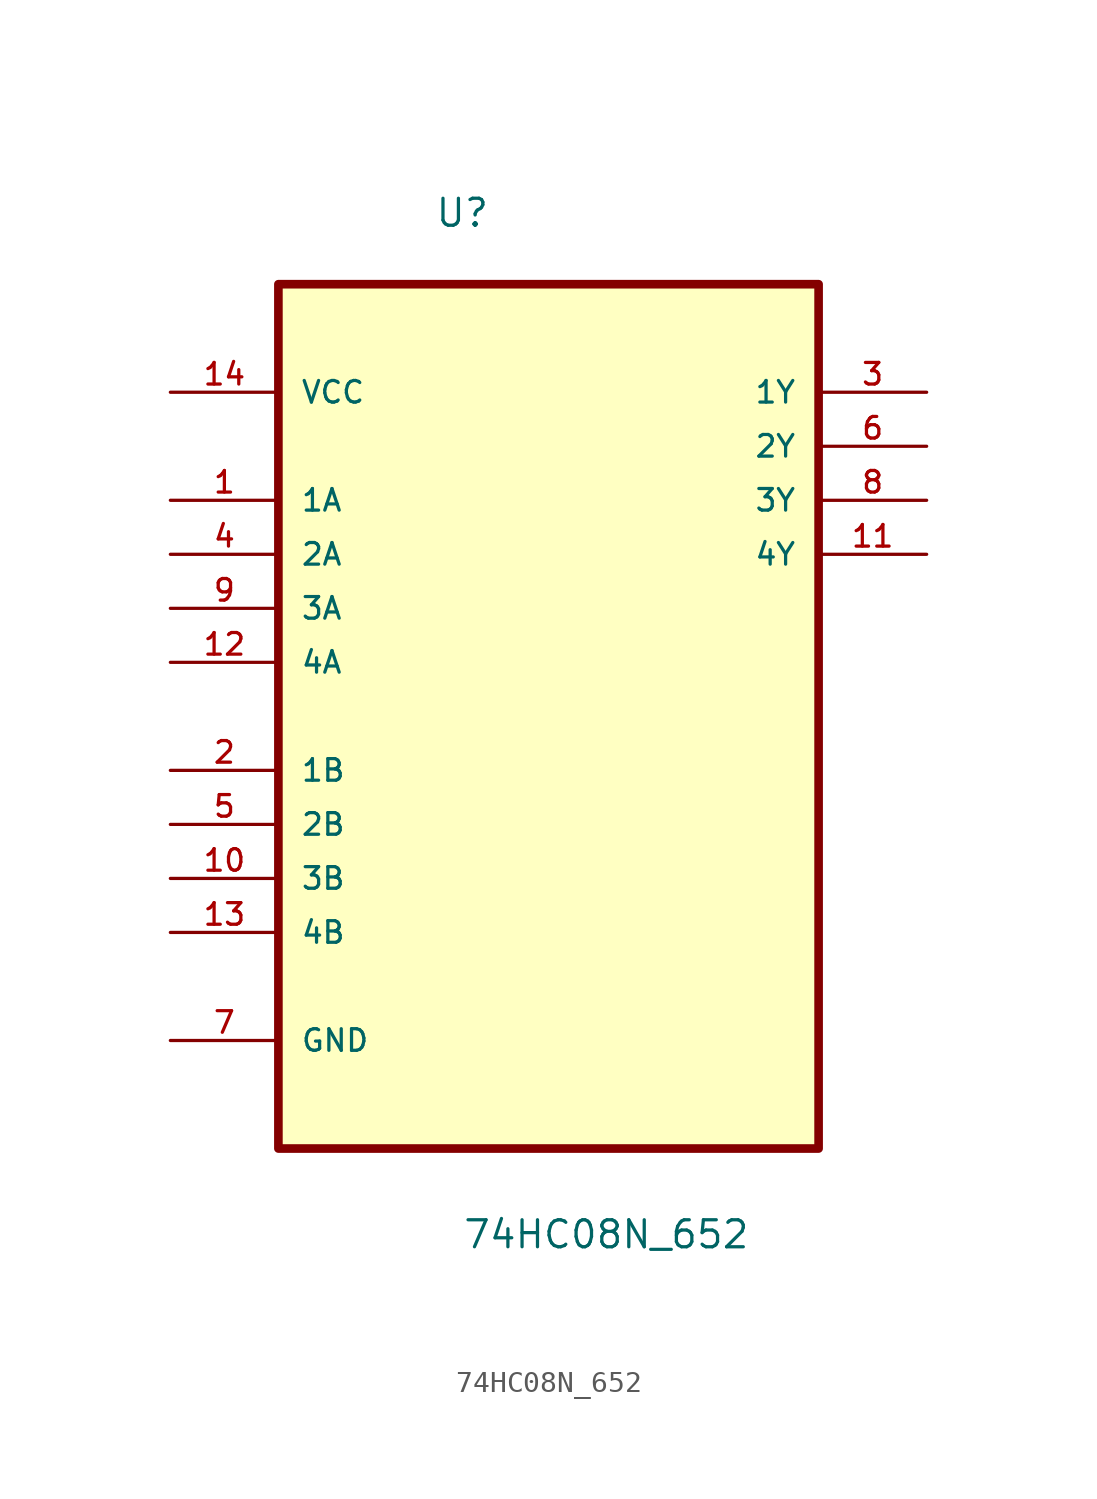
<source format=kicad_sym>
(kicad_symbol_lib
  (version 20211014)
  (generator kicad_symbol_editor)
  (symbol "74HC08N_652"
    (pin_names
      (offset 1.016))
    (property "Reference" "U"
      (at -5.364 20.388 0.0)
      (effects (font (size 1.27 1.27)) (justify bottom left)))
    (property "Value" "74HC08N_652"
      (at -4.065 -27.642 0.0)
      (effects (font (size 1.27 1.27)) (justify bottom left)))
    (symbol "74HC08N_652_0_0"
      (rectangle (start -12.7 -22.86) (end 12.7 17.78) (stroke (width 0.406)) (fill (type background)))
      (pin power_in line (at -17.78 12.7 0) (length 5.08) (name "VCC" (effects (font (size 1.016 1.016)))) (number "14" (effects (font (size 1.016 1.016)))))
      (pin input line (at -17.78 7.62 0) (length 5.08) (name "1A" (effects (font (size 1.016 1.016)))) (number "1" (effects (font (size 1.016 1.016)))))
      (pin input line (at -17.78 5.08 0) (length 5.08) (name "2A" (effects (font (size 1.016 1.016)))) (number "4" (effects (font (size 1.016 1.016)))))
      (pin input line (at -17.78 2.54 0) (length 5.08) (name "3A" (effects (font (size 1.016 1.016)))) (number "9" (effects (font (size 1.016 1.016)))))
      (pin input line (at -17.78 0.0 0) (length 5.08) (name "4A" (effects (font (size 1.016 1.016)))) (number "12" (effects (font (size 1.016 1.016)))))
      (pin input line (at -17.78 -5.08 0) (length 5.08) (name "1B" (effects (font (size 1.016 1.016)))) (number "2" (effects (font (size 1.016 1.016)))))
      (pin input line (at -17.78 -7.62 0) (length 5.08) (name "2B" (effects (font (size 1.016 1.016)))) (number "5" (effects (font (size 1.016 1.016)))))
      (pin input line (at -17.78 -10.16 0) (length 5.08) (name "3B" (effects (font (size 1.016 1.016)))) (number "10" (effects (font (size 1.016 1.016)))))
      (pin input line (at -17.78 -12.7 0) (length 5.08) (name "4B" (effects (font (size 1.016 1.016)))) (number "13" (effects (font (size 1.016 1.016)))))
      (pin passive line (at -17.78 -17.78 0) (length 5.08) (name "GND" (effects (font (size 1.016 1.016)))) (number "7" (effects (font (size 1.016 1.016)))))
      (pin output line (at 17.78 12.7 180.0) (length 5.08) (name "1Y" (effects (font (size 1.016 1.016)))) (number "3" (effects (font (size 1.016 1.016)))))
      (pin output line (at 17.78 10.16 180.0) (length 5.08) (name "2Y" (effects (font (size 1.016 1.016)))) (number "6" (effects (font (size 1.016 1.016)))))
      (pin output line (at 17.78 7.62 180.0) (length 5.08) (name "3Y" (effects (font (size 1.016 1.016)))) (number "8" (effects (font (size 1.016 1.016)))))
      (pin output line (at 17.78 5.08 180.0) (length 5.08) (name "4Y" (effects (font (size 1.016 1.016)))) (number "11" (effects (font (size 1.016 1.016))))))))
</source>
